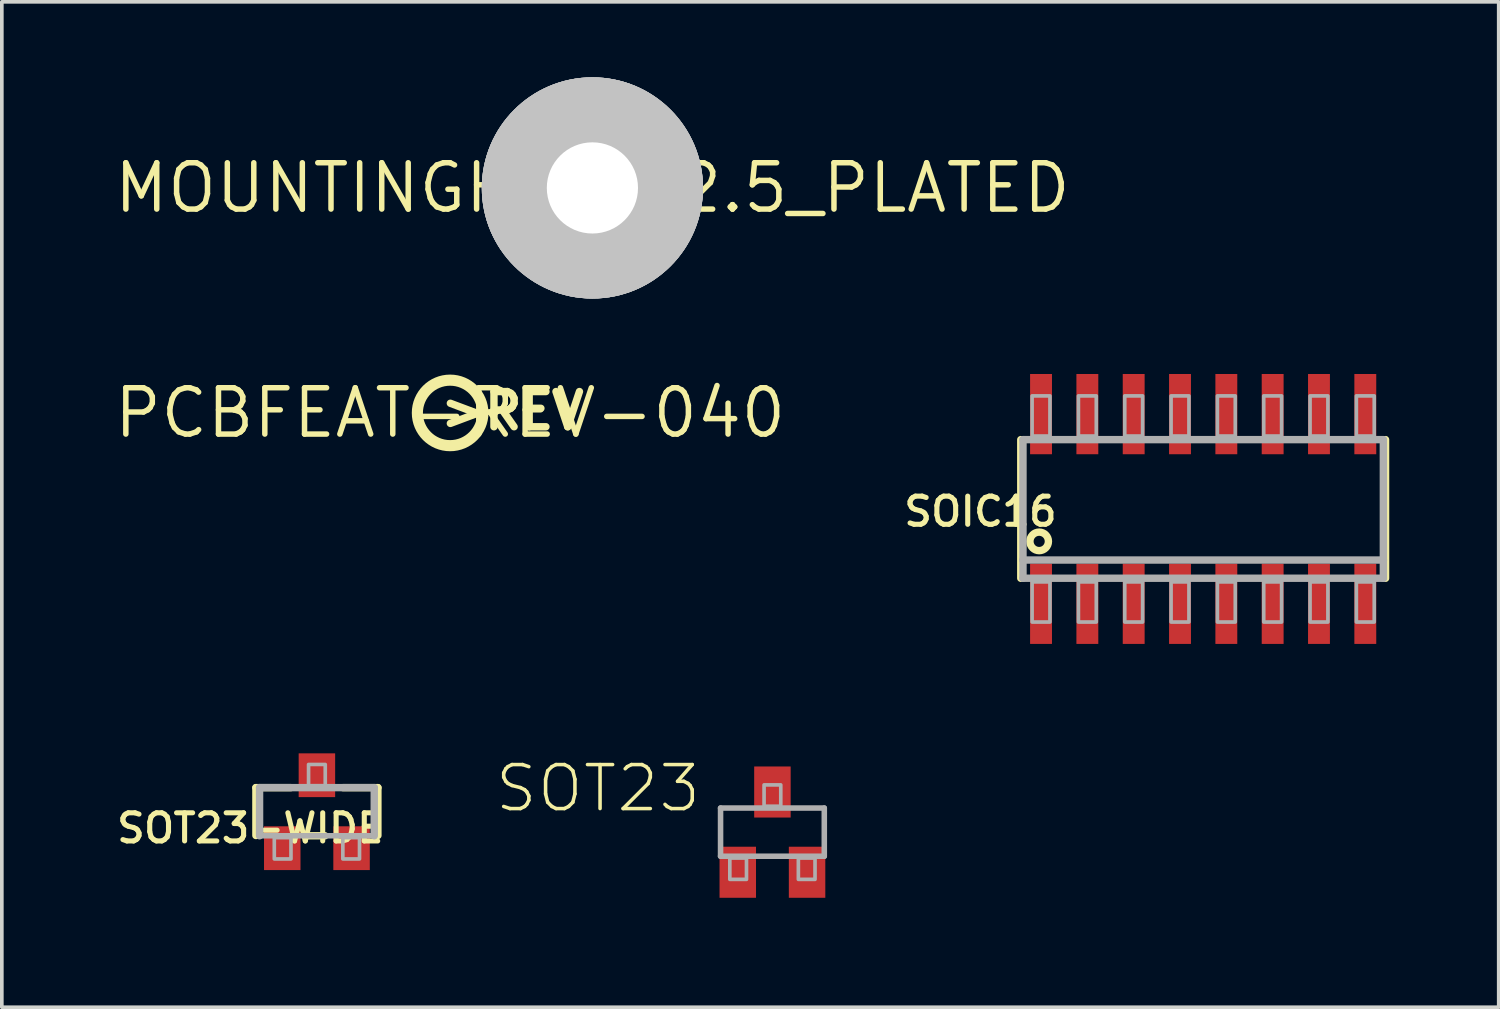
<source format=kicad_pcb>
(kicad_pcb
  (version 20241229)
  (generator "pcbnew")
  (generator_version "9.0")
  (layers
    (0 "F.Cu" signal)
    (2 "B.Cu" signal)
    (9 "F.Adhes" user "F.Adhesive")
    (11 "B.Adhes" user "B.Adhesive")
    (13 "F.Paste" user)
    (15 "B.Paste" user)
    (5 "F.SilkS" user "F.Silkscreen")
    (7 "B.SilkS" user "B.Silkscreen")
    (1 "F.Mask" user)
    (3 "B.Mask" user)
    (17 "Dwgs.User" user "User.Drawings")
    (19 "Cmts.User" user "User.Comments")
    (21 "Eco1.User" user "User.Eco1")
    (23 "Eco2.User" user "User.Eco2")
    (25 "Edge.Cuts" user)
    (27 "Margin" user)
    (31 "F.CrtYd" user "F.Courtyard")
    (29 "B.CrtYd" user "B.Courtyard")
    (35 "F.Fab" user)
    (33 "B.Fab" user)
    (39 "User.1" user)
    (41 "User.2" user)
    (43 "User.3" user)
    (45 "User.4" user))
  (footprint "MOUNTINGHOLE_2.5_PLATED"
    (layer "F.Cu")
    (at 13.191 2.102)
    (property "Reference" "MOUNTINGHOLE_2.5_PLATED" (at 0 0 0) (layer "F.SilkS") (effects (font (size 1.27 1.27) (thickness 0.15))))
    (attr through_hole)
    (fp_circle (center 0 0) (end 2 0) (stroke (width 0.203) (type solid)) (fill no) (layer "F.SilkS"))
    (fp_circle (center 0 0) (end 1 0) (stroke (width 2.032) (type solid)) (fill no) (layer "Dwgs.User"))
    (fp_circle (center 0 0) (end 1 0) (stroke (width 2.032) (type solid)) (fill no) (layer "Dwgs.User"))
    (fp_circle (center 0 0) (end 1 0) (stroke (width 2.032) (type solid)) (fill no) (layer "Dwgs.User"))
    (fp_circle (center 0 0) (end 1 0) (stroke (width 2.032) (type solid)) (fill no) (layer "Dwgs.User"))
    (pad "P$1" thru_hole circle (at 0 0) (size 3.2 3.2) (drill 2.5) (layers "*.Cu" "*.Mask")))
  (footprint "SOIC16"
    (layer "F.Cu")
    (at 29.935 10.903)
    (property "Reference" "SOIC16" (at -3.937 -0.381 180) (layer "F.SilkS") (effects (font (size 0.772 0.772) (thickness 0.139)) (justify right top)))
    (attr through_hole)
    (fp_line (start -5 -1.9) (end -5 1.9) (stroke (width 0.203) (type solid)) (layer "F.SilkS"))
    (fp_line (start 5 -1.9) (end 5 1.9) (stroke (width 0.203) (type solid)) (layer "F.SilkS"))
    (fp_circle (center -4.496 0.889) (end -4.242 0.889) (stroke (width 0.203) (type solid)) (fill no) (layer "F.SilkS"))
    (fp_line (start -4.94 -1.9) (end 4.94 -1.9) (stroke (width 0.203) (type solid)) (layer "F.Fab"))
    (fp_line (start -4.94 1.4) (end -4.94 -1.9) (stroke (width 0.203) (type solid)) (layer "F.Fab"))
    (fp_line (start -4.94 1.9) (end -4.94 1.4) (stroke (width 0.203) (type solid)) (layer "F.Fab"))
    (fp_line (start 4.94 -1.9) (end 4.94 1.4) (stroke (width 0.203) (type solid)) (layer "F.Fab"))
    (fp_line (start 4.94 1.4) (end -4.94 1.4) (stroke (width 0.203) (type solid)) (layer "F.Fab"))
    (fp_line (start 4.94 1.4) (end 4.94 1.9) (stroke (width 0.203) (type solid)) (layer "F.Fab"))
    (fp_line (start 4.94 1.9) (end -4.94 1.9) (stroke (width 0.203) (type solid)) (layer "F.Fab"))
    (fp_poly (pts (xy -4.69 -2) (xy -4.2 -2) (xy -4.2 -3.1) (xy -4.69 -3.1)) (stroke (width 0.1) (type solid)) (fill no) (layer "F.Fab"))
    (fp_poly (pts (xy -4.69 3.1) (xy -4.2 3.1) (xy -4.2 2) (xy -4.69 2)) (stroke (width 0.1) (type solid)) (fill no) (layer "F.Fab"))
    (fp_poly (pts (xy -3.42 -2) (xy -2.93 -2) (xy -2.93 -3.1) (xy -3.42 -3.1)) (stroke (width 0.1) (type solid)) (fill no) (layer "F.Fab"))
    (fp_poly (pts (xy -3.42 3.1) (xy -2.93 3.1) (xy -2.93 2) (xy -3.42 2)) (stroke (width 0.1) (type solid)) (fill no) (layer "F.Fab"))
    (fp_poly (pts (xy -2.15 -2) (xy -1.66 -2) (xy -1.66 -3.1) (xy -2.15 -3.1)) (stroke (width 0.1) (type solid)) (fill no) (layer "F.Fab"))
    (fp_poly (pts (xy -2.15 3.1) (xy -1.66 3.1) (xy -1.66 2) (xy -2.15 2)) (stroke (width 0.1) (type solid)) (fill no) (layer "F.Fab"))
    (fp_poly (pts (xy -0.88 -2) (xy -0.39 -2) (xy -0.39 -3.1) (xy -0.88 -3.1)) (stroke (width 0.1) (type solid)) (fill no) (layer "F.Fab"))
    (fp_poly (pts (xy -0.88 3.1) (xy -0.39 3.1) (xy -0.39 2) (xy -0.88 2)) (stroke (width 0.1) (type solid)) (fill no) (layer "F.Fab"))
    (fp_poly (pts (xy 0.39 -2) (xy 0.88 -2) (xy 0.88 -3.1) (xy 0.39 -3.1)) (stroke (width 0.1) (type solid)) (fill no) (layer "F.Fab"))
    (fp_poly (pts (xy 0.39 3.1) (xy 0.88 3.1) (xy 0.88 2) (xy 0.39 2)) (stroke (width 0.1) (type solid)) (fill no) (layer "F.Fab"))
    (fp_poly (pts (xy 1.66 -2) (xy 2.15 -2) (xy 2.15 -3.1) (xy 1.66 -3.1)) (stroke (width 0.1) (type solid)) (fill no) (layer "F.Fab"))
    (fp_poly (pts (xy 1.66 3.1) (xy 2.15 3.1) (xy 2.15 2) (xy 1.66 2)) (stroke (width 0.1) (type solid)) (fill no) (layer "F.Fab"))
    (fp_poly (pts (xy 2.93 -2) (xy 3.42 -2) (xy 3.42 -3.1) (xy 2.93 -3.1)) (stroke (width 0.1) (type solid)) (fill no) (layer "F.Fab"))
    (fp_poly (pts (xy 2.93 3.1) (xy 3.42 3.1) (xy 3.42 2) (xy 2.93 2)) (stroke (width 0.1) (type solid)) (fill no) (layer "F.Fab"))
    (fp_poly (pts (xy 4.2 -2) (xy 4.69 -2) (xy 4.69 -3.1) (xy 4.2 -3.1)) (stroke (width 0.1) (type solid)) (fill no) (layer "F.Fab"))
    (fp_poly (pts (xy 4.2 3.1) (xy 4.69 3.1) (xy 4.69 2) (xy 4.2 2)) (stroke (width 0.1) (type solid)) (fill no) (layer "F.Fab"))
    (pad "1" smd rect (at -4.445 2.6) (size 0.6 2.2) (layers "F.Cu" "F.Mask" "F.Paste"))
    (pad "2" smd rect (at -3.175 2.6) (size 0.6 2.2) (layers "F.Cu" "F.Mask" "F.Paste"))
    (pad "3" smd rect (at -1.905 2.6) (size 0.6 2.2) (layers "F.Cu" "F.Mask" "F.Paste"))
    (pad "4" smd rect (at -0.635 2.6) (size 0.6 2.2) (layers "F.Cu" "F.Mask" "F.Paste"))
    (pad "5" smd rect (at 0.635 2.6) (size 0.6 2.2) (layers "F.Cu" "F.Mask" "F.Paste"))
    (pad "6" smd rect (at 1.905 2.6) (size 0.6 2.2) (layers "F.Cu" "F.Mask" "F.Paste"))
    (pad "7" smd rect (at 3.175 2.6) (size 0.6 2.2) (layers "F.Cu" "F.Mask" "F.Paste"))
    (pad "8" smd rect (at 4.445 2.6) (size 0.6 2.2) (layers "F.Cu" "F.Mask" "F.Paste"))
    (pad "9" smd rect (at 4.445 -2.6) (size 0.6 2.2) (layers "F.Cu" "F.Mask" "F.Paste"))
    (pad "10" smd rect (at 3.175 -2.6) (size 0.6 2.2) (layers "F.Cu" "F.Mask" "F.Paste"))
    (pad "11" smd rect (at 1.905 -2.6) (size 0.6 2.2) (layers "F.Cu" "F.Mask" "F.Paste"))
    (pad "12" smd rect (at 0.635 -2.6) (size 0.6 2.2) (layers "F.Cu" "F.Mask" "F.Paste"))
    (pad "13" smd rect (at -0.635 -2.6) (size 0.6 2.2) (layers "F.Cu" "F.Mask" "F.Paste"))
    (pad "14" smd rect (at -1.905 -2.6) (size 0.6 2.2) (layers "F.Cu" "F.Mask" "F.Paste"))
    (pad "15" smd rect (at -3.175 -2.6) (size 0.6 2.2) (layers "F.Cu" "F.Mask" "F.Paste"))
    (pad "16" smd rect (at -4.445 -2.6) (size 0.6 2.2) (layers "F.Cu" "F.Mask" "F.Paste")))
  (footprint "SOT23-WIDE"
    (layer "F.Cu")
    (at 5.638 19.203)
    (property "Reference" "SOT23-WIDE" (at 1.905 0 180) (layer "F.SilkS") (effects (font (size 0.772 0.772) (thickness 0.139)) (justify right top)))
    (attr through_hole)
    (fp_line (start -1.672 -0.66) (end -0.714 -0.66) (stroke (width 0.203) (type solid)) (layer "F.SilkS"))
    (fp_line (start -1.672 0.652) (end -1.672 -0.66) (stroke (width 0.203) (type solid)) (layer "F.SilkS"))
    (fp_line (start 0.222 0.66) (end -0.236 0.66) (stroke (width 0.203) (type solid)) (layer "F.SilkS"))
    (fp_line (start 0.714 -0.66) (end 1.672 -0.66) (stroke (width 0.203) (type solid)) (layer "F.SilkS"))
    (fp_line (start 1.672 -0.66) (end 1.672 0.652) (stroke (width 0.203) (type solid)) (layer "F.SilkS"))
    (fp_line (start -1.572 -0.66) (end 1.572 -0.66) (stroke (width 0.203) (type solid)) (layer "F.Fab"))
    (fp_line (start -1.572 0.66) (end -1.572 -0.66) (stroke (width 0.203) (type solid)) (layer "F.Fab"))
    (fp_line (start 1.572 -0.66) (end 1.572 0.66) (stroke (width 0.203) (type solid)) (layer "F.Fab"))
    (fp_line (start 1.572 0.66) (end -1.572 0.66) (stroke (width 0.152) (type solid)) (layer "F.Fab"))
    (fp_poly (pts (xy -1.168 1.295) (xy -0.711 1.295) (xy -0.711 0.711) (xy -1.168 0.711)) (stroke (width 0.1) (type solid)) (fill no) (layer "F.Fab"))
    (fp_poly (pts (xy -0.229 -0.711) (xy 0.229 -0.711) (xy 0.229 -1.295) (xy -0.229 -1.295)) (stroke (width 0.1) (type solid)) (fill no) (layer "F.Fab"))
    (fp_poly (pts (xy 0.711 1.295) (xy 1.168 1.295) (xy 1.168 0.711) (xy 0.711 0.711)) (stroke (width 0.1) (type solid)) (fill no) (layer "F.Fab"))
    (pad "1" smd rect (at -0.95 1) (size 1 1.2) (layers "F.Cu" "F.Mask" "F.Paste"))
    (pad "2" smd rect (at 0.95 1) (size 1 1.2) (layers "F.Cu" "F.Mask" "F.Paste"))
    (pad "3" smd rect (at 0 -1) (size 1 1.2) (layers "F.Cu" "F.Mask" "F.Paste")))
  (footprint "SOT23"
    (layer "F.Cu")
    (at 18.126 19.763)
    (property "Reference" "SOT23" (at -1.905 -1.905 180) (layer "F.SilkS") (effects (font (size 1.206 1.206) (thickness 0.097)) (justify right top)))
    (attr through_hole)
    (fp_line (start -1.422 -0.66) (end 1.422 -0.66) (stroke (width 0.152) (type solid)) (layer "F.Fab"))
    (fp_line (start -1.422 0.66) (end -1.422 -0.66) (stroke (width 0.152) (type solid)) (layer "F.Fab"))
    (fp_line (start 1.422 -0.66) (end 1.422 0.66) (stroke (width 0.152) (type solid)) (layer "F.Fab"))
    (fp_line (start 1.422 0.66) (end -1.422 0.66) (stroke (width 0.152) (type solid)) (layer "F.Fab"))
    (fp_poly (pts (xy -1.168 1.295) (xy -0.711 1.295) (xy -0.711 0.711) (xy -1.168 0.711)) (stroke (width 0.1) (type solid)) (fill no) (layer "F.Fab"))
    (fp_poly (pts (xy -0.229 -0.711) (xy 0.229 -0.711) (xy 0.229 -1.295) (xy -0.229 -1.295)) (stroke (width 0.1) (type solid)) (fill no) (layer "F.Fab"))
    (fp_poly (pts (xy 0.711 1.295) (xy 1.168 1.295) (xy 1.168 0.711) (xy 0.711 0.711)) (stroke (width 0.1) (type solid)) (fill no) (layer "F.Fab"))
    (pad "1" smd rect (at -0.95 1.1) (size 1 1.4) (layers "F.Cu" "F.Mask" "F.Paste"))
    (pad "2" smd rect (at 0.95 1.1) (size 1 1.4) (layers "F.Cu" "F.Mask" "F.Paste"))
    (pad "3" smd rect (at 0 -1.1) (size 1 1.4) (layers "F.Cu" "F.Mask" "F.Paste")))
  (footprint "PCBFEAT-REV-040"
    (layer "F.Cu")
    (at 9.29 8.27)
    (property "Reference" "PCBFEAT-REV-040" (at 0 0 0) (layer "F.SilkS") (effects (font (size 1.27 1.27) (thickness 0.15))))
    (attr through_hole)
    (fp_circle (center 0 0) (end 0.898 0) (stroke (width 0.305) (type solid)) (fill no) (layer "F.SilkS"))
    (fp_text user ">REV" (at -0.356 0.508 0) (layer "F.SilkS") (effects (font (size 0.965 0.965) (thickness 0.203)) (justify left bottom))))
  (gr_rect
    (start -3 -3)
    (end 38.037 24.563)
    (stroke (width 0.1) (type default))
    (fill no)
    (layer "Edge.Cuts")))
</source>
